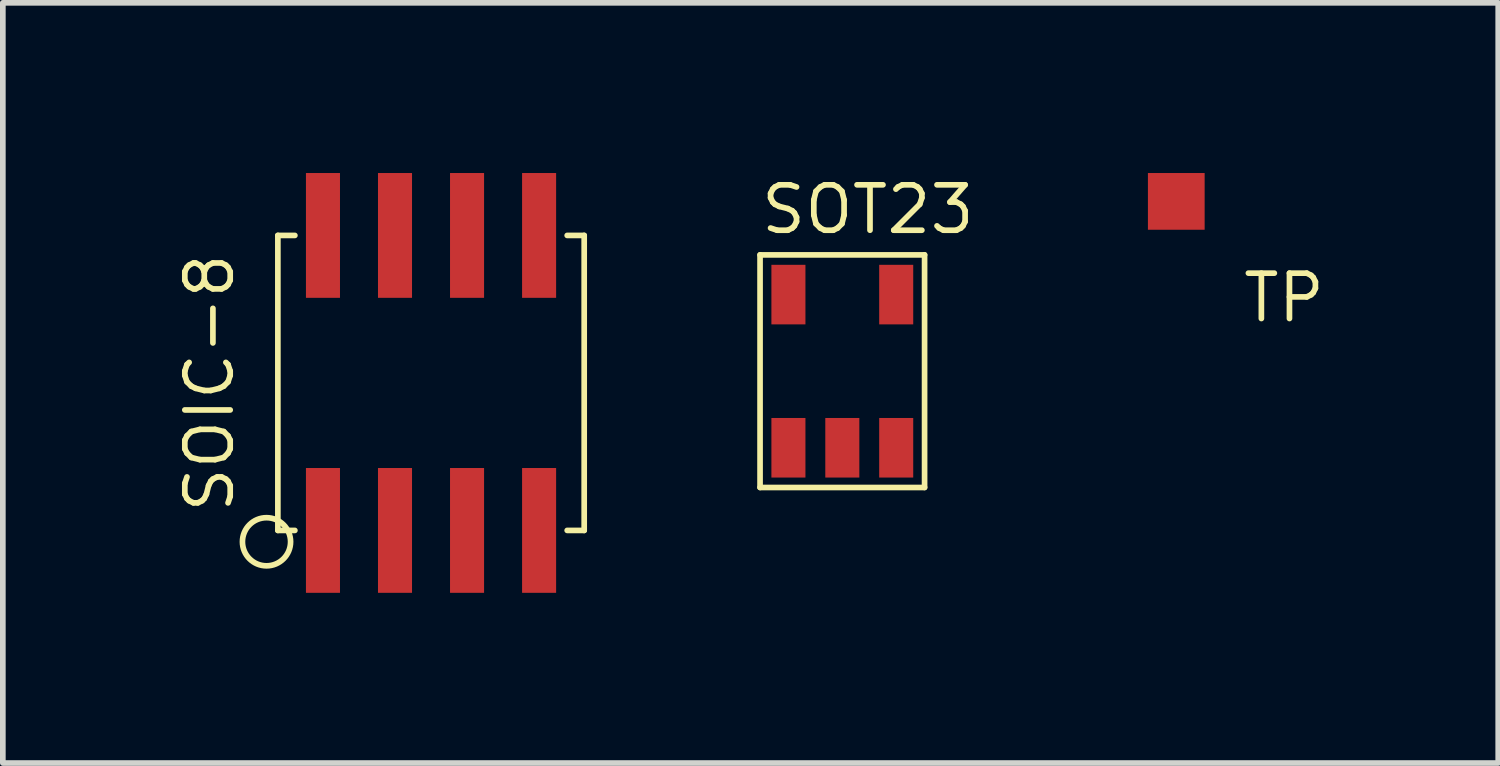
<source format=kicad_pcb>
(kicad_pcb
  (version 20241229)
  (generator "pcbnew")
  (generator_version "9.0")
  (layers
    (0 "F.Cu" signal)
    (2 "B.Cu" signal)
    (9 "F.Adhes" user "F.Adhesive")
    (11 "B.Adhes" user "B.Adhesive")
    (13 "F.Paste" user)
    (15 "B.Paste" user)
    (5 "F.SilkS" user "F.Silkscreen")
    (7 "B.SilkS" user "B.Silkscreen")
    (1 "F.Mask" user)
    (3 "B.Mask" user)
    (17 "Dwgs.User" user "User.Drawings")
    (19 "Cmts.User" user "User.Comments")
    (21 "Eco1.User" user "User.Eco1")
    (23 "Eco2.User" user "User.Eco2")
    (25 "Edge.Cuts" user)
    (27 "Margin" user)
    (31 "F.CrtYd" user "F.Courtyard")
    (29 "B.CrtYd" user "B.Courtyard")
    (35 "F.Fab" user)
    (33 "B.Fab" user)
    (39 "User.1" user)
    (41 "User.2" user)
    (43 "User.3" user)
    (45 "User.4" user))
  (footprint "SOT23"
    (layer "F.Cu")
    (at 10.848 4.843)
    (property "Reference" "SOT23" (at 1.4 -4.2 0) (layer "F.SilkS") (effects (font (size 0.8 0.8) (thickness 0.1))))
    (attr through_hole)
    (fp_line (start -0.5 -3.4) (end -0.5 0.7) (stroke (width 0.1) (type solid)) (layer "F.SilkS"))
    (fp_line (start -0.5 0.7) (end 2.4 0.7) (stroke (width 0.1) (type solid)) (layer "F.SilkS"))
    (fp_line (start 2.4 -3.4) (end -0.5 -3.4) (stroke (width 0.1) (type solid)) (layer "F.SilkS"))
    (fp_line (start 2.4 0.7) (end 2.4 -3.4) (stroke (width 0.1) (type solid)) (layer "F.SilkS"))
    (pad "1" smd rect (at 0 0) (size 0.6 1.05) (layers "F.Cu" "F.Mask" "F.Paste"))
    (pad "2" smd rect (at 0.95 0) (size 0.6 1.05) (layers "F.Cu" "F.Mask" "F.Paste"))
    (pad "3" smd rect (at 1.9 0) (size 0.6 1.05) (layers "F.Cu" "F.Mask" "F.Paste"))
    (pad "4" smd rect (at 1.9 -2.7) (size 0.6 1.05) (layers "F.Cu" "F.Mask" "F.Paste"))
    (pad "5" smd rect (at 0 -2.7) (size 0.6 1.05) (layers "F.Cu" "F.Mask" "F.Paste")))
  (footprint "TP"
    (layer "F.Cu")
    (at 17.685 0.5)
    (property "Reference" "TP" (at 1.9 1.7 0) (layer "F.SilkS") (effects (font (size 0.8 0.8) (thickness 0.1))))
    (attr through_hole)
    (pad "1" smd rect (at 0 0) (size 1 1) (layers "F.Cu" "F.Mask" "F.Paste")))
  (footprint "SOIC-8"
    (layer "F.Cu")
    (at 4.548 3.7)
    (property "Reference" "SOIC-8" (at -3.905 0 90) (layer "F.SilkS") (effects (font (size 0.8 0.8) (thickness 0.1))))
    (attr through_hole)
    (fp_line (start -2.7 -2.6) (end -2.7 2.6) (stroke (width 0.1) (type solid)) (layer "F.SilkS"))
    (fp_line (start -2.7 2.6) (end -2.4 2.6) (stroke (width 0.1) (type solid)) (layer "F.SilkS"))
    (fp_line (start -2.4 -2.6) (end -2.7 -2.6) (stroke (width 0.1) (type solid)) (layer "F.SilkS"))
    (fp_line (start 2.4 2.6) (end 2.7 2.6) (stroke (width 0.1) (type solid)) (layer "F.SilkS"))
    (fp_line (start 2.7 -2.6) (end 2.4 -2.6) (stroke (width 0.1) (type solid)) (layer "F.SilkS"))
    (fp_line (start 2.7 2.6) (end 2.7 -2.6) (stroke (width 0.1) (type solid)) (layer "F.SilkS"))
    (fp_circle (center -2.9 2.8) (end -2.6 3.1) (stroke (width 0.1) (type solid)) (fill no) (layer "F.SilkS"))
    (pad "1" smd rect (at -1.905 2.6) (size 0.6 2.2) (layers "F.Cu" "F.Mask" "F.Paste"))
    (pad "2" smd rect (at -0.635 2.6) (size 0.6 2.2) (layers "F.Cu" "F.Mask" "F.Paste"))
    (pad "3" smd rect (at 0.635 2.6) (size 0.6 2.2) (layers "F.Cu" "F.Mask" "F.Paste"))
    (pad "4" smd rect (at 1.905 2.6) (size 0.6 2.2) (layers "F.Cu" "F.Mask" "F.Paste"))
    (pad "5" smd rect (at 1.905 -2.6) (size 0.6 2.2) (layers "F.Cu" "F.Mask" "F.Paste"))
    (pad "6" smd rect (at 0.635 -2.6) (size 0.6 2.2) (layers "F.Cu" "F.Mask" "F.Paste"))
    (pad "7" smd rect (at -0.635 -2.6) (size 0.6 2.2) (layers "F.Cu" "F.Mask" "F.Paste"))
    (pad "8" smd rect (at -1.905 -2.6) (size 0.6 2.2) (layers "F.Cu" "F.Mask" "F.Paste")))
  (gr_rect
    (start -3 -3)
    (end 23.36 10.4)
    (stroke (width 0.1) (type default))
    (fill no)
    (layer "Edge.Cuts")))
</source>
